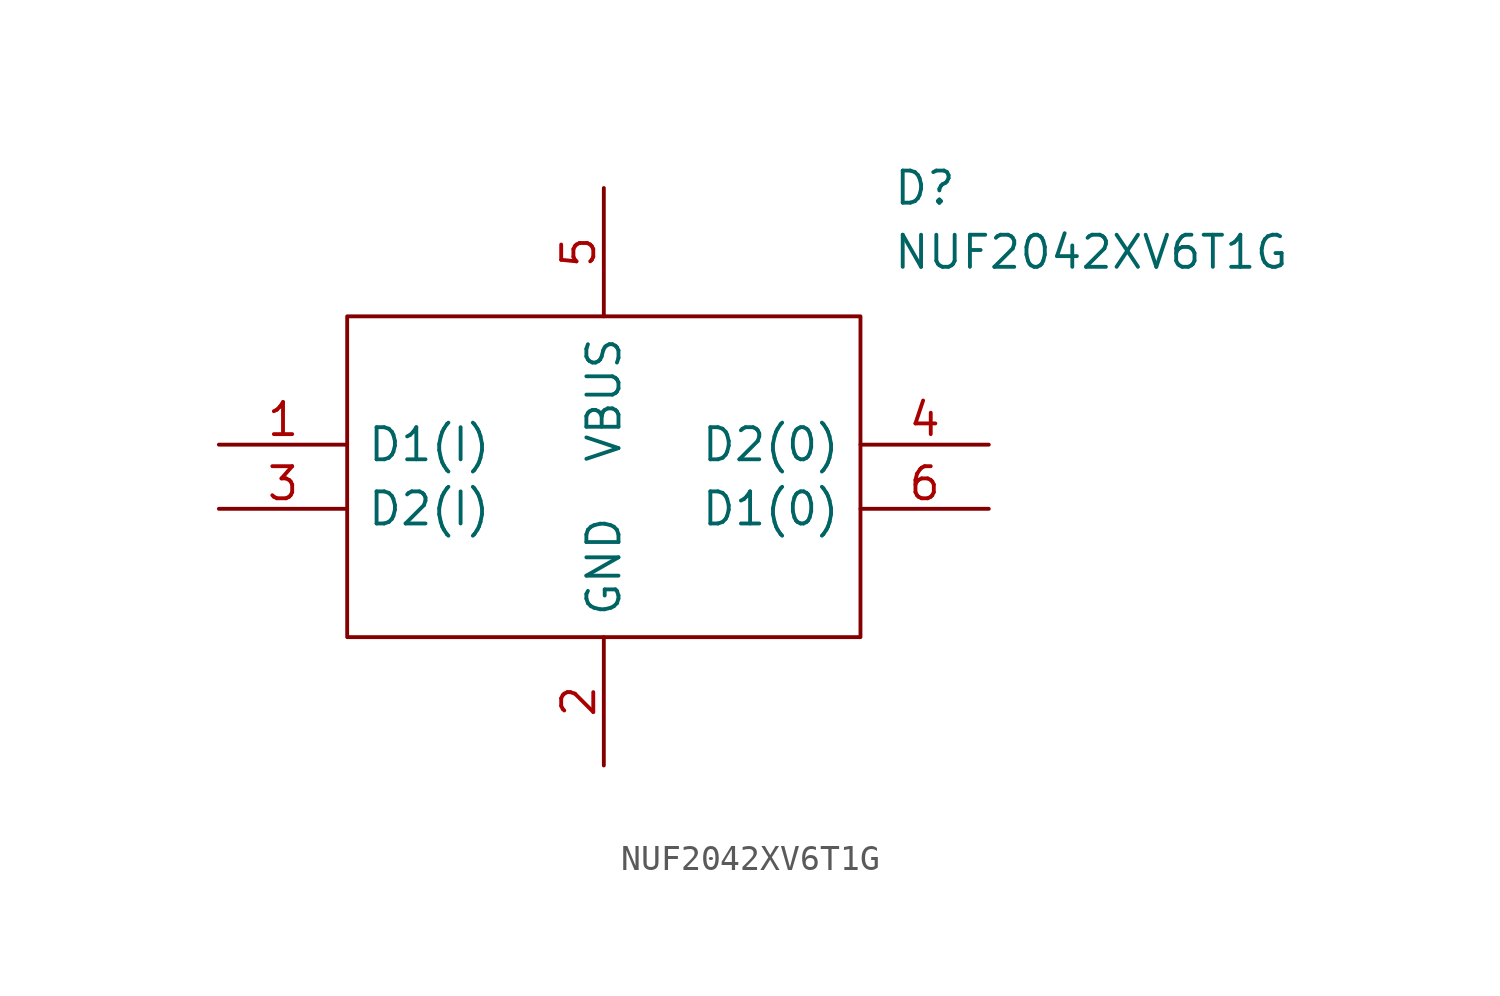
<source format=kicad_sym>
(kicad_symbol_lib
  (version 20220914)
  (generator kicad_symbol_editor)
  (symbol "NUF2042XV6T1G"
    (pin_names
      (offset 0.762))
    (property "Reference" "D"
      (at 26.67 7.62 0)
      (effects (font (size 1.27 1.27)) (justify left)))
    (property "Value" "NUF2042XV6T1G"
      (at 26.67 5.08 0)
      (effects (font (size 1.27 1.27)) (justify left)))
    (symbol "NUF2042XV6T1G_0_0"
      (pin passive line (at 0 -2.54 0) (length 5.08) (name "D1(I)" (effects (font (size 1.27 1.27)))) (number "1" (effects (font (size 1.27 1.27)))))
      (pin passive line (at 15.24 -15.24 90) (length 5.08) (name "GND" (effects (font (size 1.27 1.27)))) (number "2" (effects (font (size 1.27 1.27)))))
      (pin passive line (at 0 -5.08 0) (length 5.08) (name "D2(I)" (effects (font (size 1.27 1.27)))) (number "3" (effects (font (size 1.27 1.27)))))
      (pin passive line (at 30.48 -2.54 180) (length 5.08) (name "D2(0)" (effects (font (size 1.27 1.27)))) (number "4" (effects (font (size 1.27 1.27)))))
      (pin passive line (at 15.24 7.62 270) (length 5.08) (name "VBUS" (effects (font (size 1.27 1.27)))) (number "5" (effects (font (size 1.27 1.27)))))
      (pin passive line (at 30.48 -5.08 180) (length 5.08) (name "D1(0)" (effects (font (size 1.27 1.27)))) (number "6" (effects (font (size 1.27 1.27))))))
    (symbol "NUF2042XV6T1G_0_1"
      (polyline (pts (xy 5.08 2.54) (xy 25.4 2.54) (xy 25.4 -10.16) (xy 5.08 -10.16) (xy 5.08 2.54)) (stroke (width 0.152) (type solid)) (fill (type none))))))
</source>
